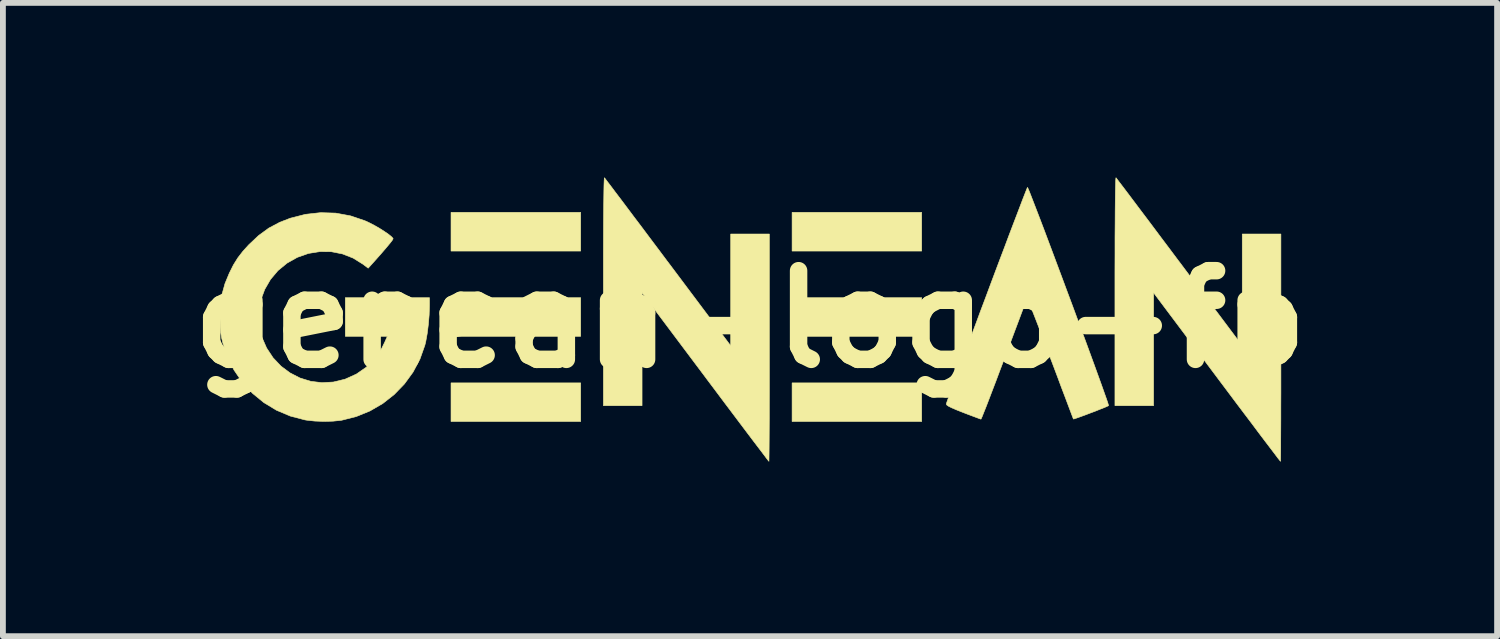
<source format=kicad_pcb>
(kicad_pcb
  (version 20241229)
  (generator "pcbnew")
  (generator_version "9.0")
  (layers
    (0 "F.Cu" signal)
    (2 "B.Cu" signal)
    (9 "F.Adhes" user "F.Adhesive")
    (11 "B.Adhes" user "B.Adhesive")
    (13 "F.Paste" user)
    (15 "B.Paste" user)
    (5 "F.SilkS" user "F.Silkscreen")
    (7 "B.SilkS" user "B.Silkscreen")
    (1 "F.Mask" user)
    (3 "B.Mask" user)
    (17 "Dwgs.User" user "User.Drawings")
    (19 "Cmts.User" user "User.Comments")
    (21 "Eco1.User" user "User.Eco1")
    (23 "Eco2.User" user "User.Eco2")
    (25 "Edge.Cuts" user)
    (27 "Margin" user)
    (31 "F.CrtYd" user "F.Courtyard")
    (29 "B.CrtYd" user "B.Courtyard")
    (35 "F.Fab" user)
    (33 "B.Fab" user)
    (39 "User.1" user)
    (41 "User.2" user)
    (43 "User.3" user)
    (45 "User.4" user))
  (footprint "genean-logo-fp"
    (layer "F.Cu")
    (at 9.841 2.437)
    (property "Reference" "genean-logo-fp" (at 0 0 0) (layer "F.SilkS") (effects (font (size 1.524 1.524) (thickness 0.3))))
    (attr through_hole)
    (fp_poly (pts (xy -2.911 -1.172) (xy -5.139 -1.172) (xy -5.139 -1.837) (xy -2.911 -1.837) (xy -2.911 -1.172)) (stroke (width 0.01) (type solid)) (fill yes) (layer "F.SilkS"))
    (fp_poly (pts (xy -2.911 0.293) (xy -5.139 0.293) (xy -5.139 -0.371) (xy -2.911 -0.371) (xy -2.911 0.293)) (stroke (width 0.01) (type solid)) (fill yes) (layer "F.SilkS"))
    (fp_poly (pts (xy -2.911 1.758) (xy -5.139 1.758) (xy -5.139 1.094) (xy -2.911 1.094) (xy -2.911 1.758)) (stroke (width 0.01) (type solid)) (fill yes) (layer "F.SilkS"))
    (fp_poly (pts (xy 2.95 -1.172) (xy 0.723 -1.172) (xy 0.723 -1.837) (xy 2.95 -1.837) (xy 2.95 -1.172)) (stroke (width 0.01) (type solid)) (fill yes) (layer "F.SilkS"))
    (fp_poly (pts (xy 2.95 0.293) (xy 0.723 0.293) (xy 0.723 -0.371) (xy 2.95 -0.371) (xy 2.95 0.293)) (stroke (width 0.01) (type solid)) (fill yes) (layer "F.SilkS"))
    (fp_poly (pts (xy 2.95 1.758) (xy 0.723 1.758) (xy 0.723 1.094) (xy 2.95 1.094) (xy 2.95 1.758)) (stroke (width 0.01) (type solid)) (fill yes) (layer "F.SilkS"))
    (fp_poly (pts (xy -2.488 -2.414) (xy -2.452 -2.366) (xy -2.396 -2.293) (xy -2.322 -2.194) (xy -2.23 -2.073) (xy -2.124 -1.932) (xy -2.005 -1.773) (xy -1.873 -1.599) (xy -1.732 -1.41) (xy -1.582 -1.211) (xy -1.426 -1.002) (xy -1.408 -0.979) (xy -0.332 0.456) (xy -0.332 -1.465) (xy 0.332 -1.465) (xy 0.332 0.488) (xy 0.332 0.761) (xy 0.332 1.023) (xy 0.332 1.27) (xy 0.331 1.501) (xy 0.331 1.713) (xy 0.33 1.903) (xy 0.329 2.068) (xy 0.328 2.207) (xy 0.327 2.316) (xy 0.326 2.393) (xy 0.325 2.435) (xy 0.325 2.442) (xy 0.312 2.427) (xy 0.278 2.383) (xy 0.224 2.311) (xy 0.151 2.215) (xy 0.061 2.097) (xy -0.044 1.958) (xy -0.163 1.8) (xy -0.293 1.627) (xy -0.434 1.44) (xy -0.583 1.241) (xy -0.74 1.032) (xy -0.769 0.993) (xy -1.856 -0.456) (xy -1.856 1.485) (xy -2.52 1.485) (xy -2.52 -0.483) (xy -2.52 -0.816) (xy -2.52 -1.122) (xy -2.519 -1.399) (xy -2.518 -1.645) (xy -2.516 -1.86) (xy -2.514 -2.043) (xy -2.512 -2.192) (xy -2.51 -2.306) (xy -2.507 -2.384) (xy -2.504 -2.425) (xy -2.502 -2.432) (xy -2.488 -2.414)) (stroke (width 0.01) (type solid)) (fill yes) (layer "F.SilkS"))
    (fp_poly (pts (xy 6.304 -2.414) (xy 6.34 -2.366) (xy 6.396 -2.293) (xy 6.471 -2.194) (xy 6.562 -2.073) (xy 6.668 -1.932) (xy 6.788 -1.773) (xy 6.919 -1.599) (xy 7.06 -1.41) (xy 7.21 -1.211) (xy 7.366 -1.002) (xy 7.384 -0.979) (xy 8.46 0.456) (xy 8.46 -1.465) (xy 9.124 -1.465) (xy 9.124 0.488) (xy 9.124 0.761) (xy 9.124 1.023) (xy 9.124 1.27) (xy 9.123 1.501) (xy 9.123 1.713) (xy 9.122 1.903) (xy 9.121 2.068) (xy 9.121 2.207) (xy 9.12 2.316) (xy 9.119 2.393) (xy 9.118 2.435) (xy 9.117 2.442) (xy 9.105 2.427) (xy 9.07 2.383) (xy 9.016 2.311) (xy 8.943 2.215) (xy 8.853 2.097) (xy 8.748 1.958) (xy 8.63 1.8) (xy 8.499 1.627) (xy 8.358 1.44) (xy 8.209 1.241) (xy 8.052 1.032) (xy 8.023 0.993) (xy 6.936 -0.456) (xy 6.936 1.485) (xy 6.272 1.485) (xy 6.272 -0.483) (xy 6.272 -0.816) (xy 6.273 -1.122) (xy 6.273 -1.399) (xy 6.275 -1.645) (xy 6.276 -1.86) (xy 6.278 -2.043) (xy 6.28 -2.192) (xy 6.283 -2.306) (xy 6.285 -2.384) (xy 6.288 -2.425) (xy 6.29 -2.432) (xy 6.304 -2.414)) (stroke (width 0.01) (type solid)) (fill yes) (layer "F.SilkS"))
    (fp_poly (pts (xy -7.121 -1.824) (xy -6.867 -1.777) (xy -6.619 -1.693) (xy -6.547 -1.66) (xy -6.46 -1.615) (xy -6.372 -1.565) (xy -6.289 -1.512) (xy -6.217 -1.463) (xy -6.165 -1.421) (xy -6.137 -1.391) (xy -6.135 -1.384) (xy -6.148 -1.359) (xy -6.187 -1.308) (xy -6.252 -1.23) (xy -6.343 -1.124) (xy -6.461 -0.991) (xy -6.479 -0.971) (xy -6.563 -0.878) (xy -6.651 -0.945) (xy -6.821 -1.051) (xy -7.005 -1.123) (xy -7.198 -1.161) (xy -7.395 -1.163) (xy -7.591 -1.131) (xy -7.781 -1.064) (xy -7.957 -0.965) (xy -8.114 -0.836) (xy -8.242 -0.684) (xy -8.341 -0.513) (xy -8.409 -0.329) (xy -8.444 -0.137) (xy -8.444 0.059) (xy -8.408 0.254) (xy -8.393 0.302) (xy -8.309 0.494) (xy -8.198 0.662) (xy -8.062 0.806) (xy -7.906 0.922) (xy -7.735 1.01) (xy -7.55 1.067) (xy -7.358 1.09) (xy -7.161 1.079) (xy -6.963 1.031) (xy -6.957 1.029) (xy -6.765 0.942) (xy -6.595 0.824) (xy -6.449 0.676) (xy -6.331 0.501) (xy -6.281 0.4) (xy -6.233 0.293) (xy -6.956 0.293) (xy -6.956 -0.371) (xy -5.51 -0.371) (xy -5.51 -0.23) (xy -5.515 -0.073) (xy -5.529 0.091) (xy -5.549 0.249) (xy -5.574 0.388) (xy -5.589 0.448) (xy -5.674 0.687) (xy -5.792 0.909) (xy -5.94 1.112) (xy -6.115 1.293) (xy -6.313 1.449) (xy -6.532 1.576) (xy -6.767 1.672) (xy -7.015 1.735) (xy -7.034 1.738) (xy -7.169 1.752) (xy -7.325 1.756) (xy -7.482 1.75) (xy -7.625 1.734) (xy -7.649 1.73) (xy -7.902 1.664) (xy -8.139 1.564) (xy -8.357 1.432) (xy -8.553 1.271) (xy -8.725 1.084) (xy -8.869 0.873) (xy -8.984 0.641) (xy -9.06 0.412) (xy -9.083 0.315) (xy -9.098 0.226) (xy -9.106 0.131) (xy -9.109 0.016) (xy -9.11 -0.029) (xy -9.102 -0.243) (xy -9.074 -0.433) (xy -9.024 -0.613) (xy -8.95 -0.792) (xy -8.879 -0.934) (xy -8.805 -1.053) (xy -8.719 -1.165) (xy -8.618 -1.277) (xy -8.447 -1.438) (xy -8.272 -1.566) (xy -8.082 -1.667) (xy -7.903 -1.736) (xy -7.642 -1.803) (xy -7.381 -1.832) (xy -7.121 -1.824)) (stroke (width 0.01) (type solid)) (fill yes) (layer "F.SilkS"))
    (fp_poly (pts (xy 4.778 -2.248) (xy 4.8 -2.197) (xy 4.832 -2.115) (xy 4.875 -2.004) (xy 4.927 -1.869) (xy 4.987 -1.713) (xy 5.054 -1.537) (xy 5.126 -1.345) (xy 5.203 -1.14) (xy 5.283 -0.926) (xy 5.366 -0.704) (xy 5.45 -0.478) (xy 5.535 -0.251) (xy 5.618 -0.026) (xy 5.7 0.195) (xy 5.778 0.407) (xy 5.852 0.609) (xy 5.921 0.798) (xy 5.983 0.969) (xy 6.038 1.121) (xy 6.084 1.251) (xy 6.121 1.355) (xy 6.147 1.43) (xy 6.16 1.474) (xy 6.162 1.485) (xy 6.14 1.496) (xy 6.09 1.518) (xy 6.018 1.546) (xy 5.934 1.58) (xy 5.843 1.614) (xy 5.754 1.648) (xy 5.674 1.677) (xy 5.609 1.7) (xy 5.569 1.713) (xy 5.558 1.715) (xy 5.551 1.696) (xy 5.531 1.644) (xy 5.5 1.562) (xy 5.459 1.453) (xy 5.409 1.32) (xy 5.351 1.168) (xy 5.288 0.998) (xy 5.219 0.815) (xy 5.163 0.667) (xy 5.092 0.476) (xy 5.024 0.296) (xy 4.961 0.132) (xy 4.905 -0.013) (xy 4.856 -0.138) (xy 4.816 -0.238) (xy 4.787 -0.31) (xy 4.768 -0.351) (xy 4.763 -0.359) (xy 4.754 -0.338) (xy 4.733 -0.284) (xy 4.701 -0.2) (xy 4.659 -0.089) (xy 4.609 0.045) (xy 4.551 0.199) (xy 4.487 0.37) (xy 4.418 0.553) (xy 4.367 0.689) (xy 4.295 0.879) (xy 4.228 1.058) (xy 4.165 1.222) (xy 4.109 1.369) (xy 4.061 1.494) (xy 4.021 1.594) (xy 3.992 1.667) (xy 3.974 1.708) (xy 3.969 1.717) (xy 3.947 1.71) (xy 3.896 1.691) (xy 3.821 1.663) (xy 3.728 1.628) (xy 3.663 1.603) (xy 3.547 1.557) (xy 3.464 1.521) (xy 3.41 1.494) (xy 3.381 1.473) (xy 3.373 1.457) (xy 3.373 1.457) (xy 3.38 1.434) (xy 3.4 1.377) (xy 3.431 1.29) (xy 3.473 1.176) (xy 3.524 1.038) (xy 3.583 0.878) (xy 3.649 0.7) (xy 3.721 0.507) (xy 3.797 0.301) (xy 3.878 0.086) (xy 3.96 -0.136) (xy 4.045 -0.361) (xy 4.129 -0.587) (xy 4.213 -0.811) (xy 4.295 -1.029) (xy 4.375 -1.239) (xy 4.449 -1.437) (xy 4.519 -1.621) (xy 4.583 -1.788) (xy 4.639 -1.935) (xy 4.686 -2.059) (xy 4.724 -2.156) (xy 4.751 -2.225) (xy 4.766 -2.261) (xy 4.769 -2.266) (xy 4.778 -2.248)) (stroke (width 0.01) (type solid)) (fill yes) (layer "F.SilkS")))
  (gr_rect
    (start -3 -3)
    (end 22.681 7.884)
    (stroke (width 0.1) (type default))
    (fill no)
    (layer "Edge.Cuts")))
</source>
